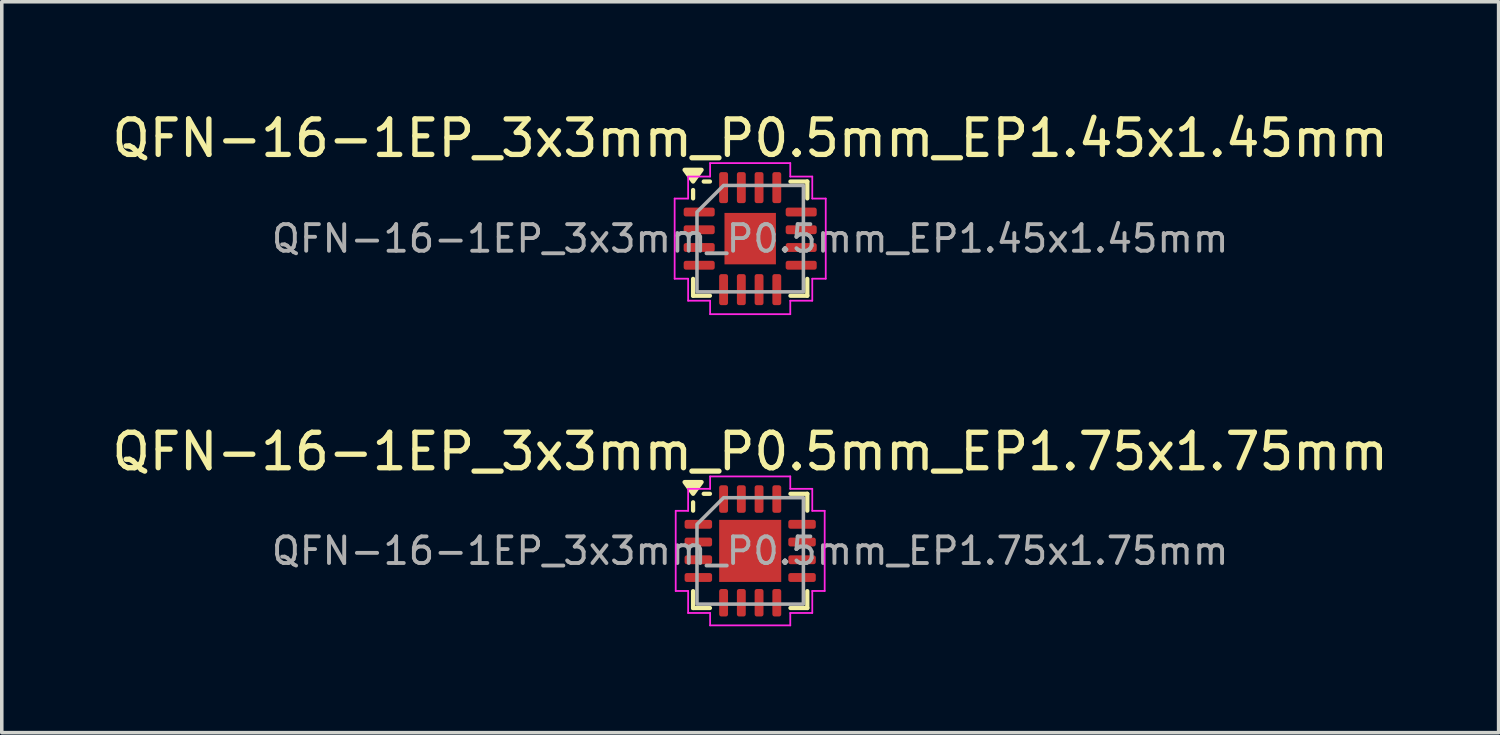
<source format=kicad_pcb>
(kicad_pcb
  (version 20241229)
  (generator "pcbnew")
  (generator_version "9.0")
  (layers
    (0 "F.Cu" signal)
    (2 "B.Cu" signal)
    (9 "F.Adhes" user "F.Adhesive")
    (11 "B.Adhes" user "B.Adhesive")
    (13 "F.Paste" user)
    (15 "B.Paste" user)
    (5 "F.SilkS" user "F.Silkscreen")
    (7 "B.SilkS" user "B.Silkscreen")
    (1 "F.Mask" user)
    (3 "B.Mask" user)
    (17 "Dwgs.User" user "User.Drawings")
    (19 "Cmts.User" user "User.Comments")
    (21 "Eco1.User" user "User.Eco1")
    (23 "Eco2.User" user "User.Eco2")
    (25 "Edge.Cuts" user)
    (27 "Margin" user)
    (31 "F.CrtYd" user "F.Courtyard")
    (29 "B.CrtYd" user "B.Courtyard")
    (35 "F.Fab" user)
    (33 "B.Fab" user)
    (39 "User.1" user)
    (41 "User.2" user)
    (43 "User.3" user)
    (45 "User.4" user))
  (footprint "QFN-16-1EP_3x3mm_P0.5mm_EP1.45x1.45mm"
    (layer "F.Cu")
    (at 18.101 3.678)
    (property "Reference" "QFN-16-1EP_3x3mm_P0.5mm_EP1.45x1.45mm" (at 0 -2.83 0) (layer "F.SilkS") (effects (font (size 1 1) (thickness 0.15))))
    (attr smd)
    (fp_line (start -1.61 -1.135) (end -1.61 -1.37) (stroke (width 0.12) (type solid)) (layer "F.SilkS"))
    (fp_line (start -1.61 1.61) (end -1.61 1.135) (stroke (width 0.12) (type solid)) (layer "F.SilkS"))
    (fp_line (start -1.135 -1.61) (end -1.31 -1.61) (stroke (width 0.12) (type solid)) (layer "F.SilkS"))
    (fp_line (start -1.135 1.61) (end -1.61 1.61) (stroke (width 0.12) (type solid)) (layer "F.SilkS"))
    (fp_line (start 1.135 -1.61) (end 1.61 -1.61) (stroke (width 0.12) (type solid)) (layer "F.SilkS"))
    (fp_line (start 1.135 1.61) (end 1.61 1.61) (stroke (width 0.12) (type solid)) (layer "F.SilkS"))
    (fp_line (start 1.61 -1.61) (end 1.61 -1.135) (stroke (width 0.12) (type solid)) (layer "F.SilkS"))
    (fp_line (start 1.61 1.61) (end 1.61 1.135) (stroke (width 0.12) (type solid)) (layer "F.SilkS"))
    (fp_poly (pts (xy -1.61 -1.61) (xy -1.85 -1.94) (xy -1.37 -1.94)) (stroke (width 0.12) (type solid)) (fill yes) (layer "F.SilkS"))
    (fp_line (start -2.13 -1.13) (end -1.75 -1.13) (stroke (width 0.05) (type solid)) (layer "F.CrtYd"))
    (fp_line (start -2.13 1.13) (end -2.13 -1.13) (stroke (width 0.05) (type solid)) (layer "F.CrtYd"))
    (fp_line (start -1.75 -1.75) (end -1.13 -1.75) (stroke (width 0.05) (type solid)) (layer "F.CrtYd"))
    (fp_line (start -1.75 -1.13) (end -1.75 -1.75) (stroke (width 0.05) (type solid)) (layer "F.CrtYd"))
    (fp_line (start -1.75 1.13) (end -2.13 1.13) (stroke (width 0.05) (type solid)) (layer "F.CrtYd"))
    (fp_line (start -1.75 1.75) (end -1.75 1.13) (stroke (width 0.05) (type solid)) (layer "F.CrtYd"))
    (fp_line (start -1.13 -2.13) (end 1.13 -2.13) (stroke (width 0.05) (type solid)) (layer "F.CrtYd"))
    (fp_line (start -1.13 -1.75) (end -1.13 -2.13) (stroke (width 0.05) (type solid)) (layer "F.CrtYd"))
    (fp_line (start -1.13 1.75) (end -1.75 1.75) (stroke (width 0.05) (type solid)) (layer "F.CrtYd"))
    (fp_line (start -1.13 2.13) (end -1.13 1.75) (stroke (width 0.05) (type solid)) (layer "F.CrtYd"))
    (fp_line (start 1.13 -2.13) (end 1.13 -1.75) (stroke (width 0.05) (type solid)) (layer "F.CrtYd"))
    (fp_line (start 1.13 -1.75) (end 1.75 -1.75) (stroke (width 0.05) (type solid)) (layer "F.CrtYd"))
    (fp_line (start 1.13 1.75) (end 1.13 2.13) (stroke (width 0.05) (type solid)) (layer "F.CrtYd"))
    (fp_line (start 1.13 2.13) (end -1.13 2.13) (stroke (width 0.05) (type solid)) (layer "F.CrtYd"))
    (fp_line (start 1.75 -1.75) (end 1.75 -1.13) (stroke (width 0.05) (type solid)) (layer "F.CrtYd"))
    (fp_line (start 1.75 -1.13) (end 2.13 -1.13) (stroke (width 0.05) (type solid)) (layer "F.CrtYd"))
    (fp_line (start 1.75 1.13) (end 1.75 1.75) (stroke (width 0.05) (type solid)) (layer "F.CrtYd"))
    (fp_line (start 1.75 1.75) (end 1.13 1.75) (stroke (width 0.05) (type solid)) (layer "F.CrtYd"))
    (fp_line (start 2.13 -1.13) (end 2.13 1.13) (stroke (width 0.05) (type solid)) (layer "F.CrtYd"))
    (fp_line (start 2.13 1.13) (end 1.75 1.13) (stroke (width 0.05) (type solid)) (layer "F.CrtYd"))
    (fp_poly (pts (xy -1.5 -0.75) (xy -1.5 1.5) (xy 1.5 1.5) (xy 1.5 -1.5) (xy -0.75 -1.5)) (stroke (width 0.1) (type solid)) (fill no) (layer "F.Fab"))
    (fp_text user "${REFERENCE}" (at 0 0 0) (layer "F.Fab") (effects (font (size 0.75 0.75) (thickness 0.11))))
    (pad "" smd roundrect (at -0.36 -0.36) (size 0.58 0.58) (layers "F.Paste") (roundrect_rratio 0.25))
    (pad "" smd roundrect (at -0.36 0.36) (size 0.58 0.58) (layers "F.Paste") (roundrect_rratio 0.25))
    (pad "" smd roundrect (at 0.36 -0.36) (size 0.58 0.58) (layers "F.Paste") (roundrect_rratio 0.25))
    (pad "" smd roundrect (at 0.36 0.36) (size 0.58 0.58) (layers "F.Paste") (roundrect_rratio 0.25))
    (pad "1" smd roundrect (at -1.438 -0.75) (size 0.875 0.25) (layers "F.Cu" "F.Mask" "F.Paste") (roundrect_rratio 0.25))
    (pad "2" smd roundrect (at -1.438 -0.25) (size 0.875 0.25) (layers "F.Cu" "F.Mask" "F.Paste") (roundrect_rratio 0.25))
    (pad "3" smd roundrect (at -1.438 0.25) (size 0.875 0.25) (layers "F.Cu" "F.Mask" "F.Paste") (roundrect_rratio 0.25))
    (pad "4" smd roundrect (at -1.438 0.75) (size 0.875 0.25) (layers "F.Cu" "F.Mask" "F.Paste") (roundrect_rratio 0.25))
    (pad "5" smd roundrect (at -0.75 1.438) (size 0.25 0.875) (layers "F.Cu" "F.Mask" "F.Paste") (roundrect_rratio 0.25))
    (pad "6" smd roundrect (at -0.25 1.438) (size 0.25 0.875) (layers "F.Cu" "F.Mask" "F.Paste") (roundrect_rratio 0.25))
    (pad "7" smd roundrect (at 0.25 1.438) (size 0.25 0.875) (layers "F.Cu" "F.Mask" "F.Paste") (roundrect_rratio 0.25))
    (pad "8" smd roundrect (at 0.75 1.438) (size 0.25 0.875) (layers "F.Cu" "F.Mask" "F.Paste") (roundrect_rratio 0.25))
    (pad "9" smd roundrect (at 1.438 0.75) (size 0.875 0.25) (layers "F.Cu" "F.Mask" "F.Paste") (roundrect_rratio 0.25))
    (pad "10" smd roundrect (at 1.438 0.25) (size 0.875 0.25) (layers "F.Cu" "F.Mask" "F.Paste") (roundrect_rratio 0.25))
    (pad "11" smd roundrect (at 1.438 -0.25) (size 0.875 0.25) (layers "F.Cu" "F.Mask" "F.Paste") (roundrect_rratio 0.25))
    (pad "12" smd roundrect (at 1.438 -0.75) (size 0.875 0.25) (layers "F.Cu" "F.Mask" "F.Paste") (roundrect_rratio 0.25))
    (pad "13" smd roundrect (at 0.75 -1.438) (size 0.25 0.875) (layers "F.Cu" "F.Mask" "F.Paste") (roundrect_rratio 0.25))
    (pad "14" smd roundrect (at 0.25 -1.438) (size 0.25 0.875) (layers "F.Cu" "F.Mask" "F.Paste") (roundrect_rratio 0.25))
    (pad "15" smd roundrect (at -0.25 -1.438) (size 0.25 0.875) (layers "F.Cu" "F.Mask" "F.Paste") (roundrect_rratio 0.25))
    (pad "16" smd roundrect (at -0.75 -1.438) (size 0.25 0.875) (layers "F.Cu" "F.Mask" "F.Paste") (roundrect_rratio 0.25))
    (pad "17" smd rect (at 0 0) (size 1.45 1.45) (property pad_prop_heatsink) (layers "F.Cu" "F.Mask")))
  (footprint "QFN-16-1EP_3x3mm_P0.5mm_EP1.75x1.75mm"
    (layer "F.Cu")
    (at 18.101 12.482)
    (property "Reference" "QFN-16-1EP_3x3mm_P0.5mm_EP1.75x1.75mm" (at 0 -2.8 0) (layer "F.SilkS") (effects (font (size 1 1) (thickness 0.15))))
    (attr smd)
    (fp_line (start -1.61 -1.135) (end -1.61 -1.37) (stroke (width 0.12) (type solid)) (layer "F.SilkS"))
    (fp_line (start -1.61 1.61) (end -1.61 1.135) (stroke (width 0.12) (type solid)) (layer "F.SilkS"))
    (fp_line (start -1.135 -1.61) (end -1.31 -1.61) (stroke (width 0.12) (type solid)) (layer "F.SilkS"))
    (fp_line (start -1.135 1.61) (end -1.61 1.61) (stroke (width 0.12) (type solid)) (layer "F.SilkS"))
    (fp_line (start 1.135 -1.61) (end 1.61 -1.61) (stroke (width 0.12) (type solid)) (layer "F.SilkS"))
    (fp_line (start 1.135 1.61) (end 1.61 1.61) (stroke (width 0.12) (type solid)) (layer "F.SilkS"))
    (fp_line (start 1.61 -1.61) (end 1.61 -1.135) (stroke (width 0.12) (type solid)) (layer "F.SilkS"))
    (fp_line (start 1.61 1.61) (end 1.61 1.135) (stroke (width 0.12) (type solid)) (layer "F.SilkS"))
    (fp_poly (pts (xy -1.61 -1.61) (xy -1.85 -1.94) (xy -1.37 -1.94)) (stroke (width 0.12) (type solid)) (fill yes) (layer "F.SilkS"))
    (fp_line (start -2.1 -1.13) (end -1.75 -1.13) (stroke (width 0.05) (type solid)) (layer "F.CrtYd"))
    (fp_line (start -2.1 1.13) (end -2.1 -1.13) (stroke (width 0.05) (type solid)) (layer "F.CrtYd"))
    (fp_line (start -1.75 -1.75) (end -1.13 -1.75) (stroke (width 0.05) (type solid)) (layer "F.CrtYd"))
    (fp_line (start -1.75 -1.13) (end -1.75 -1.75) (stroke (width 0.05) (type solid)) (layer "F.CrtYd"))
    (fp_line (start -1.75 1.13) (end -2.1 1.13) (stroke (width 0.05) (type solid)) (layer "F.CrtYd"))
    (fp_line (start -1.75 1.75) (end -1.75 1.13) (stroke (width 0.05) (type solid)) (layer "F.CrtYd"))
    (fp_line (start -1.13 -2.1) (end 1.13 -2.1) (stroke (width 0.05) (type solid)) (layer "F.CrtYd"))
    (fp_line (start -1.13 -1.75) (end -1.13 -2.1) (stroke (width 0.05) (type solid)) (layer "F.CrtYd"))
    (fp_line (start -1.13 1.75) (end -1.75 1.75) (stroke (width 0.05) (type solid)) (layer "F.CrtYd"))
    (fp_line (start -1.13 2.1) (end -1.13 1.75) (stroke (width 0.05) (type solid)) (layer "F.CrtYd"))
    (fp_line (start 1.13 -2.1) (end 1.13 -1.75) (stroke (width 0.05) (type solid)) (layer "F.CrtYd"))
    (fp_line (start 1.13 -1.75) (end 1.75 -1.75) (stroke (width 0.05) (type solid)) (layer "F.CrtYd"))
    (fp_line (start 1.13 1.75) (end 1.13 2.1) (stroke (width 0.05) (type solid)) (layer "F.CrtYd"))
    (fp_line (start 1.13 2.1) (end -1.13 2.1) (stroke (width 0.05) (type solid)) (layer "F.CrtYd"))
    (fp_line (start 1.75 -1.75) (end 1.75 -1.13) (stroke (width 0.05) (type solid)) (layer "F.CrtYd"))
    (fp_line (start 1.75 -1.13) (end 2.1 -1.13) (stroke (width 0.05) (type solid)) (layer "F.CrtYd"))
    (fp_line (start 1.75 1.13) (end 1.75 1.75) (stroke (width 0.05) (type solid)) (layer "F.CrtYd"))
    (fp_line (start 1.75 1.75) (end 1.13 1.75) (stroke (width 0.05) (type solid)) (layer "F.CrtYd"))
    (fp_line (start 2.1 -1.13) (end 2.1 1.13) (stroke (width 0.05) (type solid)) (layer "F.CrtYd"))
    (fp_line (start 2.1 1.13) (end 1.75 1.13) (stroke (width 0.05) (type solid)) (layer "F.CrtYd"))
    (fp_poly (pts (xy -1.5 -0.75) (xy -1.5 1.5) (xy 1.5 1.5) (xy 1.5 -1.5) (xy -0.75 -1.5)) (stroke (width 0.1) (type solid)) (fill no) (layer "F.Fab"))
    (fp_text user "${REFERENCE}" (at 0 0 0) (layer "F.Fab") (effects (font (size 0.75 0.75) (thickness 0.11))))
    (pad "" smd roundrect (at -0.44 -0.44) (size 0.71 0.71) (layers "F.Paste") (roundrect_rratio 0.25))
    (pad "" smd roundrect (at -0.44 0.44) (size 0.71 0.71) (layers "F.Paste") (roundrect_rratio 0.25))
    (pad "" smd roundrect (at 0.44 -0.44) (size 0.71 0.71) (layers "F.Paste") (roundrect_rratio 0.25))
    (pad "" smd roundrect (at 0.44 0.44) (size 0.71 0.71) (layers "F.Paste") (roundrect_rratio 0.25))
    (pad "1" smd roundrect (at -1.462 -0.75) (size 0.775 0.25) (layers "F.Cu" "F.Mask" "F.Paste") (roundrect_rratio 0.25))
    (pad "2" smd roundrect (at -1.462 -0.25) (size 0.775 0.25) (layers "F.Cu" "F.Mask" "F.Paste") (roundrect_rratio 0.25))
    (pad "3" smd roundrect (at -1.462 0.25) (size 0.775 0.25) (layers "F.Cu" "F.Mask" "F.Paste") (roundrect_rratio 0.25))
    (pad "4" smd roundrect (at -1.462 0.75) (size 0.775 0.25) (layers "F.Cu" "F.Mask" "F.Paste") (roundrect_rratio 0.25))
    (pad "5" smd roundrect (at -0.75 1.462) (size 0.25 0.775) (layers "F.Cu" "F.Mask" "F.Paste") (roundrect_rratio 0.25))
    (pad "6" smd roundrect (at -0.25 1.462) (size 0.25 0.775) (layers "F.Cu" "F.Mask" "F.Paste") (roundrect_rratio 0.25))
    (pad "7" smd roundrect (at 0.25 1.462) (size 0.25 0.775) (layers "F.Cu" "F.Mask" "F.Paste") (roundrect_rratio 0.25))
    (pad "8" smd roundrect (at 0.75 1.462) (size 0.25 0.775) (layers "F.Cu" "F.Mask" "F.Paste") (roundrect_rratio 0.25))
    (pad "9" smd roundrect (at 1.462 0.75) (size 0.775 0.25) (layers "F.Cu" "F.Mask" "F.Paste") (roundrect_rratio 0.25))
    (pad "10" smd roundrect (at 1.462 0.25) (size 0.775 0.25) (layers "F.Cu" "F.Mask" "F.Paste") (roundrect_rratio 0.25))
    (pad "11" smd roundrect (at 1.462 -0.25) (size 0.775 0.25) (layers "F.Cu" "F.Mask" "F.Paste") (roundrect_rratio 0.25))
    (pad "12" smd roundrect (at 1.462 -0.75) (size 0.775 0.25) (layers "F.Cu" "F.Mask" "F.Paste") (roundrect_rratio 0.25))
    (pad "13" smd roundrect (at 0.75 -1.462) (size 0.25 0.775) (layers "F.Cu" "F.Mask" "F.Paste") (roundrect_rratio 0.25))
    (pad "14" smd roundrect (at 0.25 -1.462) (size 0.25 0.775) (layers "F.Cu" "F.Mask" "F.Paste") (roundrect_rratio 0.25))
    (pad "15" smd roundrect (at -0.25 -1.462) (size 0.25 0.775) (layers "F.Cu" "F.Mask" "F.Paste") (roundrect_rratio 0.25))
    (pad "16" smd roundrect (at -0.75 -1.462) (size 0.25 0.775) (layers "F.Cu" "F.Mask" "F.Paste") (roundrect_rratio 0.25))
    (pad "17" smd rect (at 0 0) (size 1.75 1.75) (property pad_prop_heatsink) (layers "F.Cu" "F.Mask")))
  (gr_rect
    (start -3 -3)
    (end 39.202 17.607)
    (stroke (width 0.1) (type default))
    (fill no)
    (layer "Edge.Cuts")))
</source>
